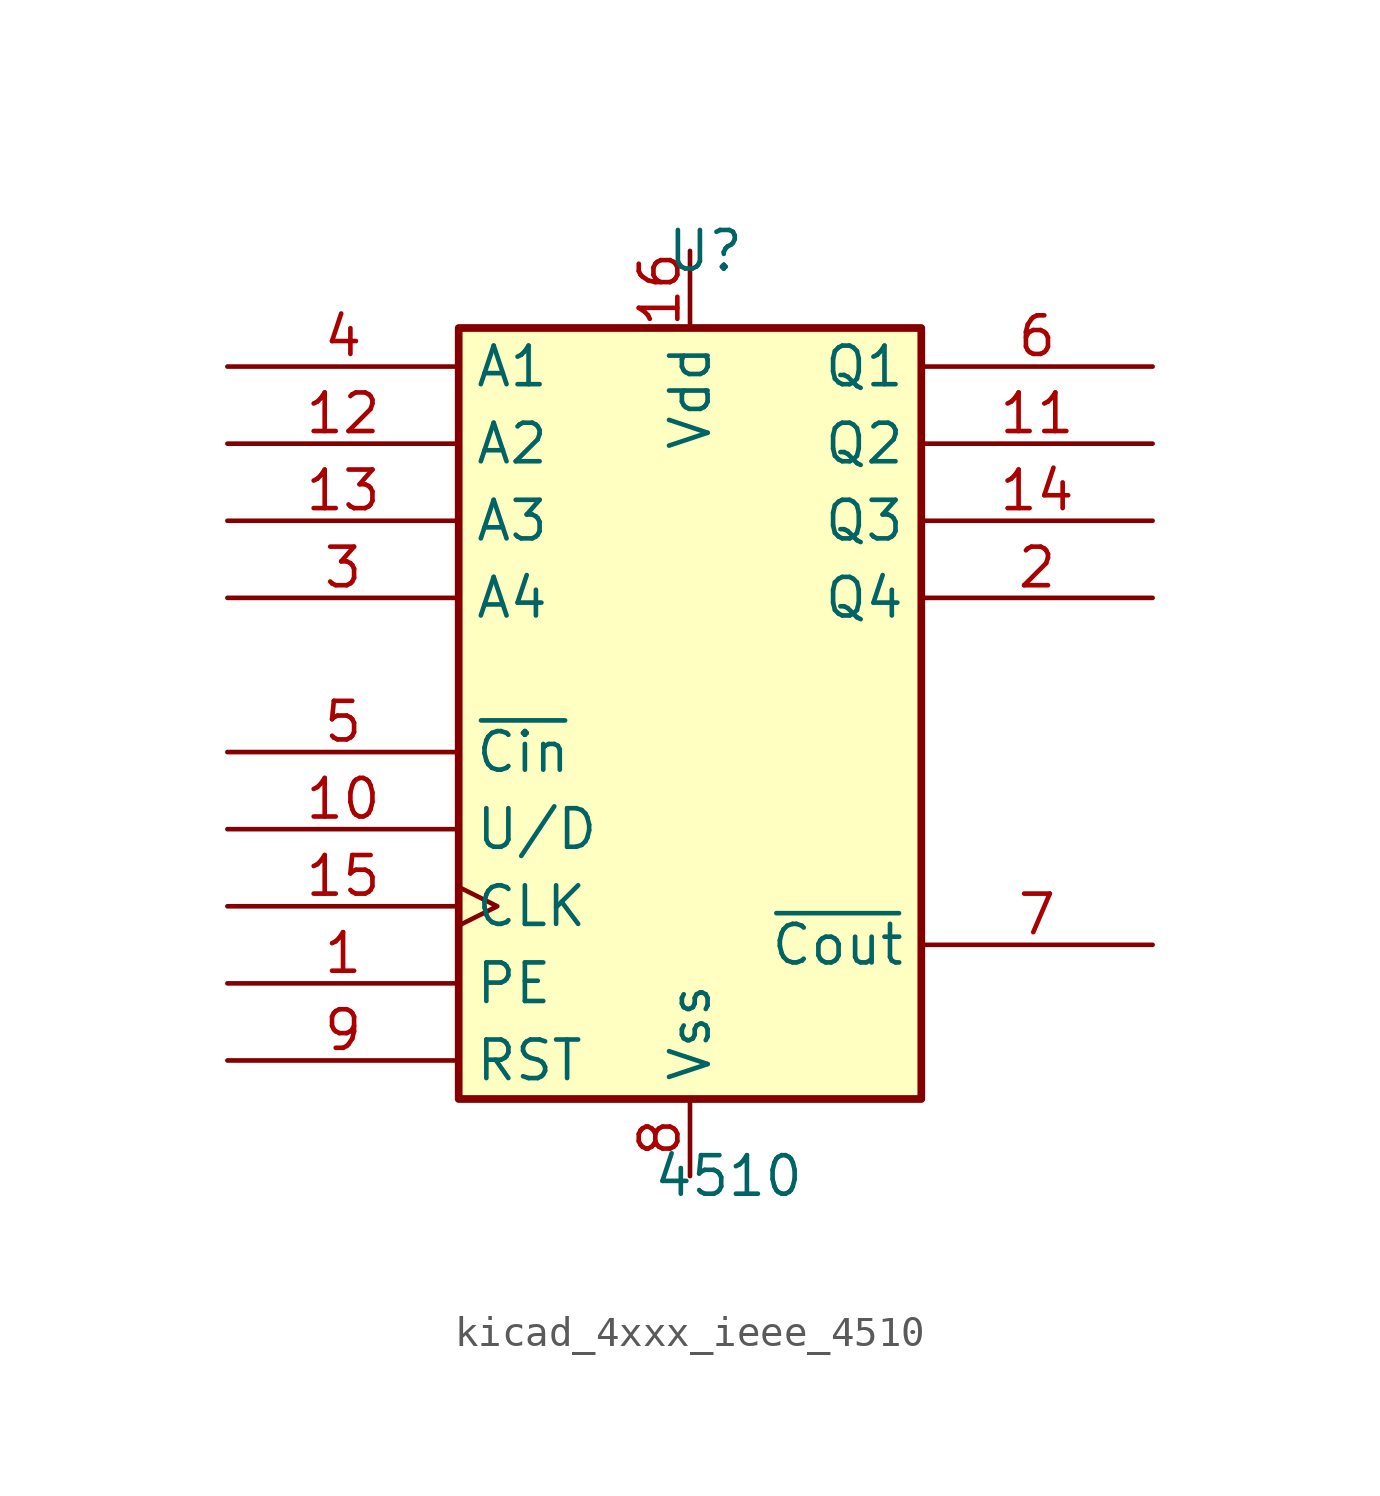
<source format=kicad_sym>
(kicad_symbol_lib
  (version 20220914)
  (generator kicad_symbol_editor)
  (symbol "kicad_4xxx_ieee_4510"
    (property "Reference" "U"
      (at 0.508 15.24 0)
      (effects (font (size 1.27 1.27))))
    (property "Value" "4510"
      (at 1.27 -15.24 0)
      (effects (font (size 1.27 1.27))))
    (symbol "kicad_4xxx_ieee_4510_0_1"
      (rectangle (start -7.62 12.7) (end 7.62 -12.7) (stroke (width 0.254) (type default)) (fill (type background))))
    (symbol "kicad_4xxx_ieee_4510_1_1"
      (pin input line (at -15.24 -8.89 0) (length 7.62) (name "PE" (effects (font (size 1.27 1.27)))) (number "1" (effects (font (size 1.27 1.27)))))
      (pin input line (at -15.24 -3.81 0) (length 7.62) (name "U/D" (effects (font (size 1.27 1.27)))) (number "10" (effects (font (size 1.27 1.27)))))
      (pin output line (at 15.24 8.89 180) (length 7.62) (name "Q2" (effects (font (size 1.27 1.27)))) (number "11" (effects (font (size 1.27 1.27)))))
      (pin input line (at -15.24 8.89 0) (length 7.62) (name "A2" (effects (font (size 1.27 1.27)))) (number "12" (effects (font (size 1.27 1.27)))))
      (pin input line (at -15.24 6.35 0) (length 7.62) (name "A3" (effects (font (size 1.27 1.27)))) (number "13" (effects (font (size 1.27 1.27)))))
      (pin output line (at 15.24 6.35 180) (length 7.62) (name "Q3" (effects (font (size 1.27 1.27)))) (number "14" (effects (font (size 1.27 1.27)))))
      (pin input clock (at -15.24 -6.35 0) (length 7.62) (name "CLK" (effects (font (size 1.27 1.27)))) (number "15" (effects (font (size 1.27 1.27)))))
      (pin power_in line (at 0 15.24 270) (length 2.54) (name "Vdd" (effects (font (size 1.27 1.27)))) (number "16" (effects (font (size 1.27 1.27)))))
      (pin output line (at 15.24 3.81 180) (length 7.62) (name "Q4" (effects (font (size 1.27 1.27)))) (number "2" (effects (font (size 1.27 1.27)))))
      (pin input line (at -15.24 3.81 0) (length 7.62) (name "A4" (effects (font (size 1.27 1.27)))) (number "3" (effects (font (size 1.27 1.27)))))
      (pin input line (at -15.24 11.43 0) (length 7.62) (name "A1" (effects (font (size 1.27 1.27)))) (number "4" (effects (font (size 1.27 1.27)))))
      (pin input line (at -15.24 -1.27 0) (length 7.62) (name "~{Cin}" (effects (font (size 1.27 1.27)))) (number "5" (effects (font (size 1.27 1.27)))))
      (pin output line (at 15.24 11.43 180) (length 7.62) (name "Q1" (effects (font (size 1.27 1.27)))) (number "6" (effects (font (size 1.27 1.27)))))
      (pin output line (at 15.24 -7.62 180) (length 7.62) (name "~{Cout}" (effects (font (size 1.27 1.27)))) (number "7" (effects (font (size 1.27 1.27)))))
      (pin power_in line (at 0 -15.24 90) (length 2.54) (name "Vss" (effects (font (size 1.27 1.27)))) (number "8" (effects (font (size 1.27 1.27)))))
      (pin input line (at -15.24 -11.43 0) (length 7.62) (name "RST" (effects (font (size 1.27 1.27)))) (number "9" (effects (font (size 1.27 1.27))))))))
</source>
